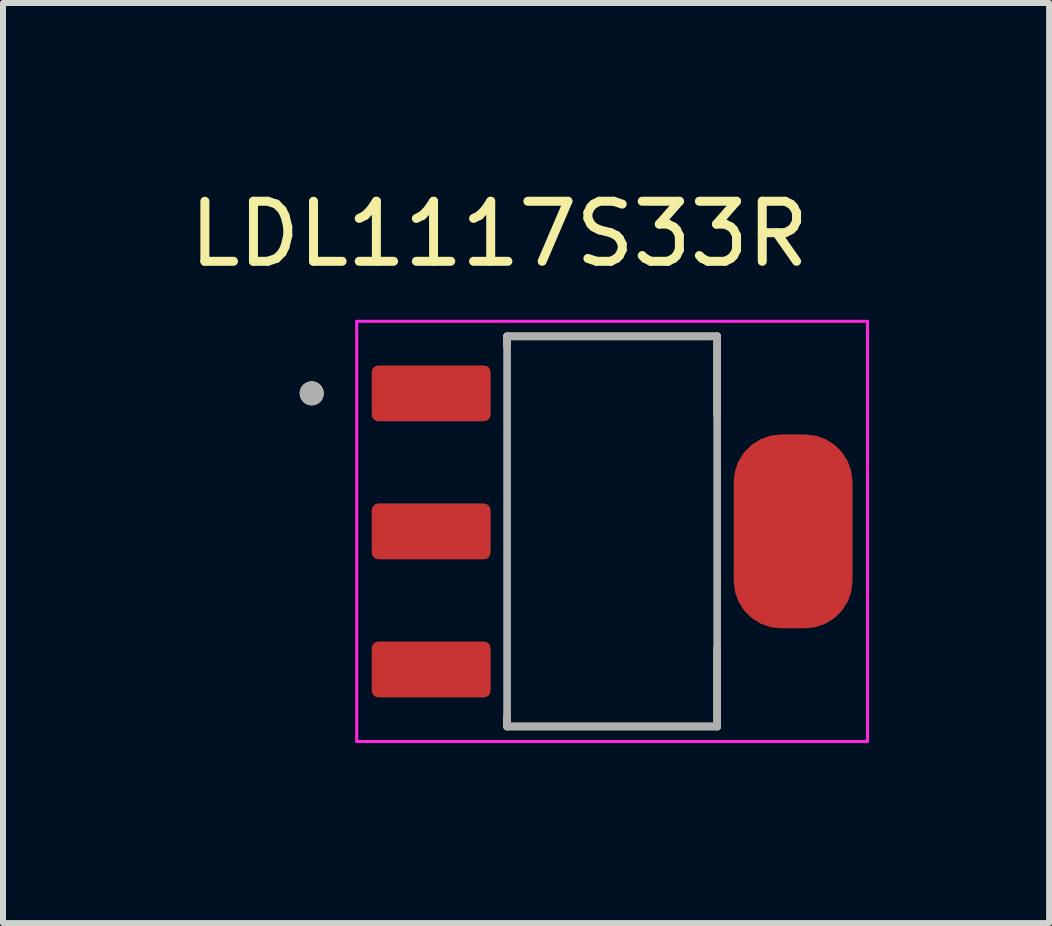
<source format=kicad_pcb>
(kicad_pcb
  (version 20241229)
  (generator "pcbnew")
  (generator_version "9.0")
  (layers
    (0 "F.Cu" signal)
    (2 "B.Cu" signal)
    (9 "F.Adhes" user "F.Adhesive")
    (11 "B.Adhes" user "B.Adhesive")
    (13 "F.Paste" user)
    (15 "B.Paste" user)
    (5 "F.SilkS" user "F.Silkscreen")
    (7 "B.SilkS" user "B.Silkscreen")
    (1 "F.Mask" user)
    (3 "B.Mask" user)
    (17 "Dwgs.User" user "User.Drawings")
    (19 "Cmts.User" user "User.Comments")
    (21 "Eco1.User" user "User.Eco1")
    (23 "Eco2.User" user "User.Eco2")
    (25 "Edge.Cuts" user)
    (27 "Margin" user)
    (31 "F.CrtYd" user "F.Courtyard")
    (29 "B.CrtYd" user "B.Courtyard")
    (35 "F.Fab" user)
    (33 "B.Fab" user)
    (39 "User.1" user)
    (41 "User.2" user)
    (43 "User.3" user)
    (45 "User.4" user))
  (footprint "LDL1117S33R"
    (layer "F.Cu")
    (at 7.163 5.803)
    (property "Reference" "LDL1117S33R" (at -1.895 -4.955 0) (layer "F.SilkS") (effects (font (size 1 1) (thickness 0.15))))
    (attr smd)
    (fp_line (start -1.765 -3.25) (end -1.765 -3.085) (stroke (width 0.127) (type solid)) (layer "F.SilkS"))
    (fp_line (start -1.765 3.25) (end -1.765 3.085) (stroke (width 0.127) (type solid)) (layer "F.SilkS"))
    (fp_line (start -1.765 3.25) (end 1.735 3.25) (stroke (width 0.127) (type solid)) (layer "F.SilkS"))
    (fp_line (start 1.735 -3.25) (end -1.765 -3.25) (stroke (width 0.127) (type solid)) (layer "F.SilkS"))
    (fp_line (start 1.735 -1.935) (end 1.735 -3.25) (stroke (width 0.127) (type solid)) (layer "F.SilkS"))
    (fp_line (start 1.735 3.25) (end 1.735 1.935) (stroke (width 0.127) (type solid)) (layer "F.SilkS"))
    (fp_circle (center -5.02 -2.3) (end -4.92 -2.3) (stroke (width 0.2) (type solid)) (fill no) (layer "F.SilkS"))
    (fp_line (start -4.27 -3.5) (end -4.27 3.5) (stroke (width 0.05) (type solid)) (layer "F.CrtYd"))
    (fp_line (start -4.27 3.5) (end 4.24 3.5) (stroke (width 0.05) (type solid)) (layer "F.CrtYd"))
    (fp_line (start 4.24 -3.5) (end -4.27 -3.5) (stroke (width 0.05) (type solid)) (layer "F.CrtYd"))
    (fp_line (start 4.24 3.5) (end 4.24 -3.5) (stroke (width 0.05) (type solid)) (layer "F.CrtYd"))
    (fp_line (start -1.765 -3.25) (end -1.765 3.25) (stroke (width 0.127) (type solid)) (layer "F.Fab"))
    (fp_line (start -1.765 3.25) (end 1.735 3.25) (stroke (width 0.127) (type solid)) (layer "F.Fab"))
    (fp_line (start 1.735 -3.25) (end -1.765 -3.25) (stroke (width 0.127) (type solid)) (layer "F.Fab"))
    (fp_line (start 1.735 3.25) (end 1.735 -3.25) (stroke (width 0.127) (type solid)) (layer "F.Fab"))
    (fp_circle (center -5.02 -2.3) (end -4.92 -2.3) (stroke (width 0.2) (type solid)) (fill no) (layer "F.Fab"))
    (pad "1" smd roundrect (at -3.03 -2.3) (size 1.98 0.93) (layers "F.Cu" "F.Mask" "F.Paste") (roundrect_rratio 0.12))
    (pad "2" smd roundrect (at -3.03 0) (size 1.98 0.93) (layers "F.Cu" "F.Mask" "F.Paste") (roundrect_rratio 0.12))
    (pad "3" smd roundrect (at -3.03 2.3) (size 1.98 0.93) (layers "F.Cu" "F.Mask" "F.Paste") (roundrect_rratio 0.12))
    (pad "4" smd roundrect (at 3 0) (size 1.98 3.23) (layers "F.Cu" "F.Mask" "F.Paste") (roundrect_rratio 0.4)))
  (gr_rect
    (start -3 -3)
    (end 14.428 12.328)
    (stroke (width 0.1) (type default))
    (fill no)
    (layer "Edge.Cuts")))
</source>
